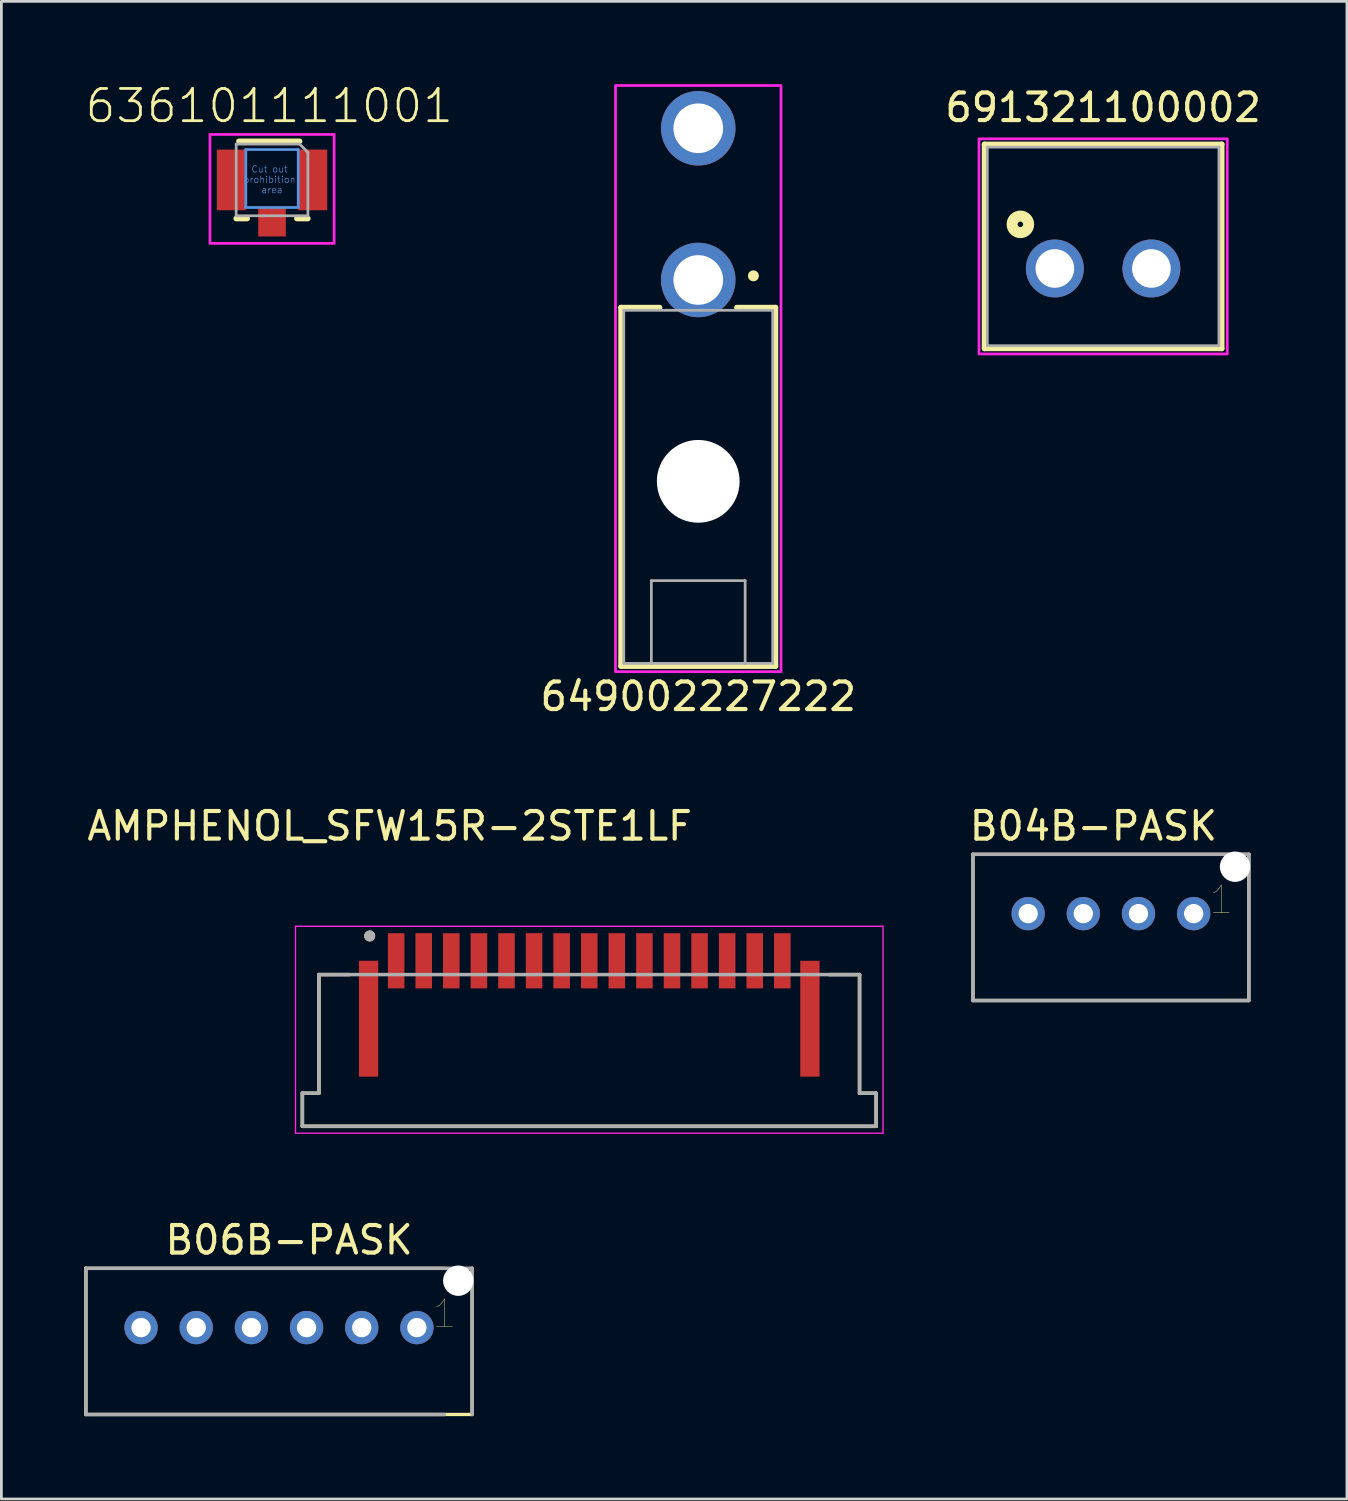
<source format=kicad_pcb>
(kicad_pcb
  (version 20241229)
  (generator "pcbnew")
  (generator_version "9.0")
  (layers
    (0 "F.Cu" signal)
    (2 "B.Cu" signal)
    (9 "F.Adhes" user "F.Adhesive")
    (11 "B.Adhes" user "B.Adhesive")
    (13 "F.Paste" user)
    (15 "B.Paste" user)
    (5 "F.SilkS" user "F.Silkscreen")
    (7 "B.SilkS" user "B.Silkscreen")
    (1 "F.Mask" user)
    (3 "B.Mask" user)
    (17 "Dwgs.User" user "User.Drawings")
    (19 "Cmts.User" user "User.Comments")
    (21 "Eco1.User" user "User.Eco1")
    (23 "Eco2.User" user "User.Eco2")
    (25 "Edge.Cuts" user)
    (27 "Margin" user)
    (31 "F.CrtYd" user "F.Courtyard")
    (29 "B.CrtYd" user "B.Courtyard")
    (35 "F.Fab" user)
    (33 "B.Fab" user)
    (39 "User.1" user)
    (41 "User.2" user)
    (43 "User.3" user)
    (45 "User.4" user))
  (footprint "B04B-PASK"
    (layer "F.Cu")
    (at 37.224 30.072)
    (property "Reference" "B04B-PASK" (at -0.635 -3.175 0) (layer "F.SilkS") (effects (font (size 1 1) (thickness 0.15))))
    (attr through_hole)
    (fp_line (start -5 -2.15) (end -5 3.15) (stroke (width 0.12) (type solid)) (layer "F.SilkS"))
    (fp_line (start -5 3.15) (end 5 3.15) (stroke (width 0.12) (type solid)) (layer "F.SilkS"))
    (fp_line (start 5 -2.15) (end -5 -2.15) (stroke (width 0.12) (type solid)) (layer "F.SilkS"))
    (fp_line (start 5 3.15) (end 5 -2.15) (stroke (width 0.12) (type solid)) (layer "F.SilkS"))
    (fp_line (start -5 3.15) (end -5 -2.15) (stroke (width 0.127) (type solid)) (layer "F.Fab"))
    (fp_line (start -5 3.15) (end 5 3.15) (stroke (width 0.127) (type solid)) (layer "F.Fab"))
    (fp_line (start 5 -2.15) (end -5 -2.15) (stroke (width 0.127) (type solid)) (layer "F.Fab"))
    (fp_line (start 5 -2.15) (end 5 3.15) (stroke (width 0.127) (type solid)) (layer "F.Fab"))
    (fp_text user "1" (at 4 -0.5 0) (layer "F.SilkS") (effects (font (size 1 1) (thickness 0.015))))
    (pad "" np_thru_hole circle (at 4.5 -1.7) (size 1.1 1.1) (drill 1.1) (layers "*.Cu" "*.Mask"))
    (pad "1" thru_hole circle (at 3 0) (size 1.208 1.208) (drill 0.7) (layers "*.Cu" "*.Mask"))
    (pad "2" thru_hole circle (at 1 0) (size 1.208 1.208) (drill 0.7) (layers "*.Cu" "*.Mask"))
    (pad "3" thru_hole circle (at -1 0) (size 1.208 1.208) (drill 0.7) (layers "*.Cu" "*.Mask"))
    (pad "4" thru_hole circle (at -3 0) (size 1.208 1.208) (drill 0.7) (layers "*.Cu" "*.Mask")))
  (footprint "B06B-PASK"
    (layer "F.Cu")
    (at 7.064 45.08)
    (property "Reference" "B06B-PASK" (at 0.365 -3.175 0) (layer "F.SilkS") (effects (font (size 1 1) (thickness 0.15))))
    (attr through_hole)
    (fp_line (start -7 -2.15) (end 6 -2.15) (stroke (width 0.12) (type solid)) (layer "F.SilkS"))
    (fp_line (start -7 3.15) (end -7 -2.15) (stroke (width 0.12) (type solid)) (layer "F.SilkS"))
    (fp_line (start 7 -2.15) (end 7 3.15) (stroke (width 0.12) (type solid)) (layer "F.SilkS"))
    (fp_line (start 7 3.15) (end -7 3.15) (stroke (width 0.12) (type solid)) (layer "F.SilkS"))
    (fp_line (start -7 3.15) (end -7 -2.15) (stroke (width 0.127) (type solid)) (layer "F.Fab"))
    (fp_line (start -7 3.15) (end 6 3.15) (stroke (width 0.127) (type solid)) (layer "F.Fab"))
    (fp_line (start 7 -2.15) (end -7 -2.15) (stroke (width 0.127) (type solid)) (layer "F.Fab"))
    (fp_line (start 7 -2.15) (end 7 3.15) (stroke (width 0.127) (type solid)) (layer "F.Fab"))
    (fp_text user "1" (at 6 -0.5 0) (layer "F.SilkS") (effects (font (size 1 1) (thickness 0.015))))
    (pad "" np_thru_hole circle (at 6.5 -1.7) (size 1.1 1.1) (drill 1.1) (layers "*.Cu" "*.Mask"))
    (pad "1" thru_hole circle (at 5 0) (size 1.208 1.208) (drill 0.7) (layers "*.Cu" "*.Mask"))
    (pad "2" thru_hole circle (at 3 0) (size 1.208 1.208) (drill 0.7) (layers "*.Cu" "*.Mask"))
    (pad "3" thru_hole circle (at 1 0) (size 1.208 1.208) (drill 0.7) (layers "*.Cu" "*.Mask"))
    (pad "4" thru_hole circle (at -1 0) (size 1.208 1.208) (drill 0.7) (layers "*.Cu" "*.Mask"))
    (pad "5" thru_hole circle (at -3 0) (size 1.208 1.208) (drill 0.7) (layers "*.Cu" "*.Mask"))
    (pad "6" thru_hole circle (at -5 0) (size 1.208 1.208) (drill 0.7) (layers "*.Cu" "*.Mask")))
  (footprint "649002227222"
    (layer "F.Cu")
    (at 22.264 14.6)
    (property "Reference" "649002227222" (at 0 7.6 0) (layer "F.SilkS") (effects (font (size 1 1) (thickness 0.15))))
    (attr through_hole)
    (fp_line (start -2.8 -6.5) (end -2.8 6.5) (stroke (width 0.2) (type solid)) (layer "F.SilkS"))
    (fp_line (start -2.8 6.5) (end 2.8 6.5) (stroke (width 0.2) (type solid)) (layer "F.SilkS"))
    (fp_line (start -1.4 -6.5) (end -2.8 -6.5) (stroke (width 0.2) (type solid)) (layer "F.SilkS"))
    (fp_line (start 2.8 -6.5) (end 1.4 -6.5) (stroke (width 0.2) (type solid)) (layer "F.SilkS"))
    (fp_line (start 2.8 6.5) (end 2.8 -6.5) (stroke (width 0.2) (type solid)) (layer "F.SilkS"))
    (fp_circle (center 2 -7.65) (end 2.1 -7.65) (stroke (width 0.2) (type solid)) (fill no) (layer "F.SilkS"))
    (fp_poly (pts (xy -3 -14.55) (xy 3 -14.55) (xy 3 6.7) (xy -3 6.7)) (stroke (width 0.1) (type solid)) (fill no) (layer "F.CrtYd"))
    (fp_line (start -2.7 -6.4) (end 2.7 -6.4) (stroke (width 0.1) (type solid)) (layer "F.Fab"))
    (fp_line (start -2.7 6.4) (end -2.7 -6.4) (stroke (width 0.1) (type solid)) (layer "F.Fab"))
    (fp_line (start -1.7 3.4) (end 1.7 3.4) (stroke (width 0.1) (type solid)) (layer "F.Fab"))
    (fp_line (start -1.7 6.4) (end -2.7 6.4) (stroke (width 0.1) (type solid)) (layer "F.Fab"))
    (fp_line (start -1.7 6.4) (end -1.7 3.4) (stroke (width 0.1) (type solid)) (layer "F.Fab"))
    (fp_line (start 1.7 3.4) (end 1.7 6.4) (stroke (width 0.1) (type solid)) (layer "F.Fab"))
    (fp_line (start 1.7 6.4) (end -1.7 6.4) (stroke (width 0.1) (type solid)) (layer "F.Fab"))
    (fp_line (start 2.7 -6.4) (end 2.7 6.4) (stroke (width 0.1) (type solid)) (layer "F.Fab"))
    (fp_line (start 2.7 6.4) (end 1.7 6.4) (stroke (width 0.1) (type solid)) (layer "F.Fab"))
    (pad "" np_thru_hole circle (at 0 -0.2) (size 3 3) (drill 3) (layers "*.Cu" "*.Mask"))
    (pad "1" thru_hole circle (at 0 -7.5) (size 2.7 2.7) (drill 1.8) (layers "*.Cu" "*.Mask"))
    (pad "2" thru_hole circle (at 0 -13) (size 2.7 2.7) (drill 1.8) (layers "*.Cu" "*.Mask")))
  (footprint "636101111001"
    (layer "F.Cu")
    (at 6.812 3.473)
    (property "Reference" "636101111001" (at -0.1 -2 0) (layer "F.SilkS") (effects (font (size 1.168 1.168) (thickness 0.102)) (justify bottom)))
    (attr smd)
    (fp_line (start -1.2 -1.4) (end 1 -1.4) (stroke (width 0.2) (type solid)) (layer "F.SilkS"))
    (fp_line (start -0.9 1.4) (end -1.3 1.4) (stroke (width 0.2) (type solid)) (layer "F.SilkS"))
    (fp_line (start 0.9 1.4) (end 1.3 1.4) (stroke (width 0.2) (type solid)) (layer "F.SilkS"))
    (fp_line (start -0.95 -1.1) (end 0.95 -1.1) (stroke (width 0.1) (type solid)) (layer "Cmts.User"))
    (fp_line (start -0.95 1) (end -0.95 -1.1) (stroke (width 0.1) (type solid)) (layer "Cmts.User"))
    (fp_line (start 0.95 -1.1) (end 0.95 1) (stroke (width 0.1) (type solid)) (layer "Cmts.User"))
    (fp_line (start 0.95 1) (end -0.95 1) (stroke (width 0.1) (type solid)) (layer "Cmts.User"))
    (fp_poly (pts (xy 2.25 2.3) (xy -2.25 2.3) (xy -2.25 -1.65) (xy 2.25 -1.65)) (stroke (width 0.1) (type default)) (fill no) (layer "F.CrtYd"))
    (fp_line (start -1.3 -1.3) (end 1 -1.3) (stroke (width 0.1) (type solid)) (layer "F.Fab"))
    (fp_line (start -1.3 1.3) (end -1.3 -1.3) (stroke (width 0.1) (type solid)) (layer "F.Fab"))
    (fp_line (start -0.3 1.3) (end -1.3 1.3) (stroke (width 0.1) (type solid)) (layer "F.Fab"))
    (fp_line (start 0.3 1.3) (end -0.3 1.3) (stroke (width 0.1) (type solid)) (layer "F.Fab"))
    (fp_line (start 1 -1.3) (end 1.3 -1) (stroke (width 0.1) (type solid)) (layer "F.Fab"))
    (fp_line (start 1.3 -1) (end 1.3 1.3) (stroke (width 0.1) (type solid)) (layer "F.Fab"))
    (fp_line (start 1.3 1.3) (end 0.3 1.3) (stroke (width 0.1) (type solid)) (layer "F.Fab"))
    (fp_text user "Cut out \nprohibition \narea" (at 0 0.5 0) (layer "Cmts.User") (effects (font (size 0.234 0.234) (thickness 0.02)) (justify bottom)))
    (pad "1" smd rect (at 0 1.525) (size 1 1.05) (layers "F.Cu" "F.Mask" "F.Paste"))
    (pad "2" smd rect (at -1.475 0) (size 1.05 2.2) (layers "F.Cu" "F.Mask" "F.Paste"))
    (pad "2" smd rect (at 1.475 0) (size 1.05 2.2) (layers "F.Cu" "F.Mask" "F.Paste"))
    (zone (net_name "") (layer "F.Cu") (hatch edge 0.5) (connect_pads) (min_thickness 0.25) (filled_areas_thickness no) (keepout (tracks not_allowed) (vias not_allowed) (pads not_allowed) (copperpour not_allowed) (footprints allowed)) (placement (enabled no)) (fill) (polygon (pts (xy 5.862 2.373) (xy 7.762 2.373) (xy 7.762 4.473) (xy 5.862 4.473))))
    (zone (net_name "") (layers "F.Cu" "B.Cu") (hatch edge 0.5) (connect_pads) (min_thickness 0.25) (filled_areas_thickness no) (keepout (tracks allowed) (vias not_allowed) (pads allowed) (copperpour allowed) (footprints allowed)) (placement (enabled no)) (fill) (polygon (pts (xy 5.862 2.373) (xy 7.762 2.373) (xy 7.762 4.473) (xy 5.862 4.473)))))
  (footprint "AMPHENOL_SFW15R-2STE1LF"
    (layer "F.Cu")
    (at 18.312 33.882)
    (property "Reference" "AMPHENOL_SFW15R-2STE1LF" (at -7.235 -6.985 0) (layer "F.SilkS") (effects (font (size 1 1) (thickness 0.15))))
    (attr smd)
    (fp_line (start -10.4 2.7) (end -9.8 2.7) (stroke (width 0.127) (type solid)) (layer "F.SilkS"))
    (fp_line (start -10.4 3.9) (end -10.4 2.7) (stroke (width 0.127) (type solid)) (layer "F.SilkS"))
    (fp_line (start -9.8 -1.6) (end -8.7 -1.6) (stroke (width 0.127) (type solid)) (layer "F.SilkS"))
    (fp_line (start -9.8 2.7) (end -9.8 -1.6) (stroke (width 0.127) (type solid)) (layer "F.SilkS"))
    (fp_line (start 8.7 -1.6) (end 9.8 -1.6) (stroke (width 0.127) (type solid)) (layer "F.SilkS"))
    (fp_line (start 9.8 -1.6) (end 9.8 2.7) (stroke (width 0.127) (type solid)) (layer "F.SilkS"))
    (fp_line (start 9.8 2.7) (end 10.4 2.7) (stroke (width 0.127) (type solid)) (layer "F.SilkS"))
    (fp_line (start 10.4 2.7) (end 10.4 3.9) (stroke (width 0.127) (type solid)) (layer "F.SilkS"))
    (fp_line (start 10.4 3.9) (end -10.4 3.9) (stroke (width 0.127) (type solid)) (layer "F.SilkS"))
    (fp_circle (center -7.96 -3) (end -7.86 -3) (stroke (width 0.2) (type solid)) (fill no) (layer "F.SilkS"))
    (fp_line (start -10.65 -3.35) (end 10.65 -3.35) (stroke (width 0.05) (type solid)) (layer "F.CrtYd"))
    (fp_line (start -10.65 4.15) (end -10.65 -3.35) (stroke (width 0.05) (type solid)) (layer "F.CrtYd"))
    (fp_line (start 10.65 -3.35) (end 10.65 4.15) (stroke (width 0.05) (type solid)) (layer "F.CrtYd"))
    (fp_line (start 10.65 4.15) (end -10.65 4.15) (stroke (width 0.05) (type solid)) (layer "F.CrtYd"))
    (fp_line (start -10.4 2.7) (end -9.8 2.7) (stroke (width 0.127) (type solid)) (layer "F.Fab"))
    (fp_line (start -10.4 3.9) (end -10.4 2.7) (stroke (width 0.127) (type solid)) (layer "F.Fab"))
    (fp_line (start -10.4 3.9) (end 10.4 3.9) (stroke (width 0.127) (type solid)) (layer "F.Fab"))
    (fp_line (start -9.8 -1.6) (end 9.8 -1.6) (stroke (width 0.127) (type solid)) (layer "F.Fab"))
    (fp_line (start -9.8 2.7) (end -9.8 -1.6) (stroke (width 0.127) (type solid)) (layer "F.Fab"))
    (fp_line (start 9.8 -1.6) (end 9.8 2.7) (stroke (width 0.127) (type solid)) (layer "F.Fab"))
    (fp_line (start 9.8 2.7) (end 10.4 2.7) (stroke (width 0.127) (type solid)) (layer "F.Fab"))
    (fp_line (start 10.4 2.7) (end 10.4 3.9) (stroke (width 0.127) (type solid)) (layer "F.Fab"))
    (fp_circle (center -7.96 -3) (end -7.86 -3) (stroke (width 0.2) (type solid)) (fill no) (layer "F.Fab"))
    (pad "1" smd rect (at -7 -2.1) (size 0.6 2) (layers "F.Cu" "F.Mask" "F.Paste"))
    (pad "2" smd rect (at -6 -2.1) (size 0.6 2) (layers "F.Cu" "F.Mask" "F.Paste"))
    (pad "3" smd rect (at -5 -2.1) (size 0.6 2) (layers "F.Cu" "F.Mask" "F.Paste"))
    (pad "4" smd rect (at -4 -2.1) (size 0.6 2) (layers "F.Cu" "F.Mask" "F.Paste"))
    (pad "5" smd rect (at -3 -2.1) (size 0.6 2) (layers "F.Cu" "F.Mask" "F.Paste"))
    (pad "6" smd rect (at -2 -2.1) (size 0.6 2) (layers "F.Cu" "F.Mask" "F.Paste"))
    (pad "7" smd rect (at -1 -2.1) (size 0.6 2) (layers "F.Cu" "F.Mask" "F.Paste"))
    (pad "8" smd rect (at 0 -2.1) (size 0.6 2) (layers "F.Cu" "F.Mask" "F.Paste"))
    (pad "9" smd rect (at 1 -2.1) (size 0.6 2) (layers "F.Cu" "F.Mask" "F.Paste"))
    (pad "10" smd rect (at 2 -2.1) (size 0.6 2) (layers "F.Cu" "F.Mask" "F.Paste"))
    (pad "11" smd rect (at 3 -2.1) (size 0.6 2) (layers "F.Cu" "F.Mask" "F.Paste"))
    (pad "12" smd rect (at 4 -2.1) (size 0.6 2) (layers "F.Cu" "F.Mask" "F.Paste"))
    (pad "13" smd rect (at 5 -2.1) (size 0.6 2) (layers "F.Cu" "F.Mask" "F.Paste"))
    (pad "14" smd rect (at 6 -2.1) (size 0.6 2) (layers "F.Cu" "F.Mask" "F.Paste"))
    (pad "15" smd rect (at 7 -2.1) (size 0.6 2) (layers "F.Cu" "F.Mask" "F.Paste"))
    (pad "SH" smd rect (at -8 0) (size 0.7 4.2) (layers "F.Cu" "F.Mask" "F.Paste"))
    (pad "SH" smd rect (at 8 0) (size 0.7 4.2) (layers "F.Cu" "F.Mask" "F.Paste")))
  (footprint "691321100002"
    (layer "F.Cu")
    (at 36.942 6.683)
    (property "Reference" "691321100002" (at 0 -5.835 0) (layer "F.SilkS") (effects (font (size 1 1) (thickness 0.15))))
    (attr through_hole)
    (fp_line (start -4.3 -4.5) (end 4.3 -4.5) (stroke (width 0.2) (type solid)) (layer "F.SilkS"))
    (fp_line (start -4.3 2.9) (end -4.3 -4.5) (stroke (width 0.2) (type solid)) (layer "F.SilkS"))
    (fp_line (start 4.3 -4.5) (end 4.3 2.9) (stroke (width 0.2) (type solid)) (layer "F.SilkS"))
    (fp_line (start 4.3 2.9) (end -4.3 2.9) (stroke (width 0.2) (type solid)) (layer "F.SilkS"))
    (fp_circle (center -3 -1.6) (end -2.9 -1.6) (stroke (width 0.4) (type solid)) (fill no) (layer "F.SilkS"))
    (fp_poly (pts (xy -4.5 -4.7) (xy 4.5 -4.7) (xy 4.5 3.1) (xy -4.5 3.1)) (stroke (width 0.1) (type solid)) (fill no) (layer "F.CrtYd"))
    (fp_line (start -4.2 -4.4) (end -4.2 2.8) (stroke (width 0.1) (type solid)) (layer "F.Fab"))
    (fp_line (start -4.2 2.8) (end 4.2 2.8) (stroke (width 0.1) (type solid)) (layer "F.Fab"))
    (fp_line (start 4.2 -4.4) (end -4.2 -4.4) (stroke (width 0.1) (type solid)) (layer "F.Fab"))
    (fp_line (start 4.2 2.8) (end 4.2 -4.4) (stroke (width 0.1) (type solid)) (layer "F.Fab"))
    (pad "1" thru_hole circle (at -1.75 0) (size 2.1 2.1) (drill 1.4) (layers "*.Cu" "*.Mask"))
    (pad "2" thru_hole circle (at 1.75 0) (size 2.1 2.1) (drill 1.4) (layers "*.Cu" "*.Mask")))
  (gr_rect
    (start -3 -3)
    (end 45.781 51.293)
    (stroke (width 0.1) (type default))
    (fill no)
    (layer "Edge.Cuts")))
</source>
